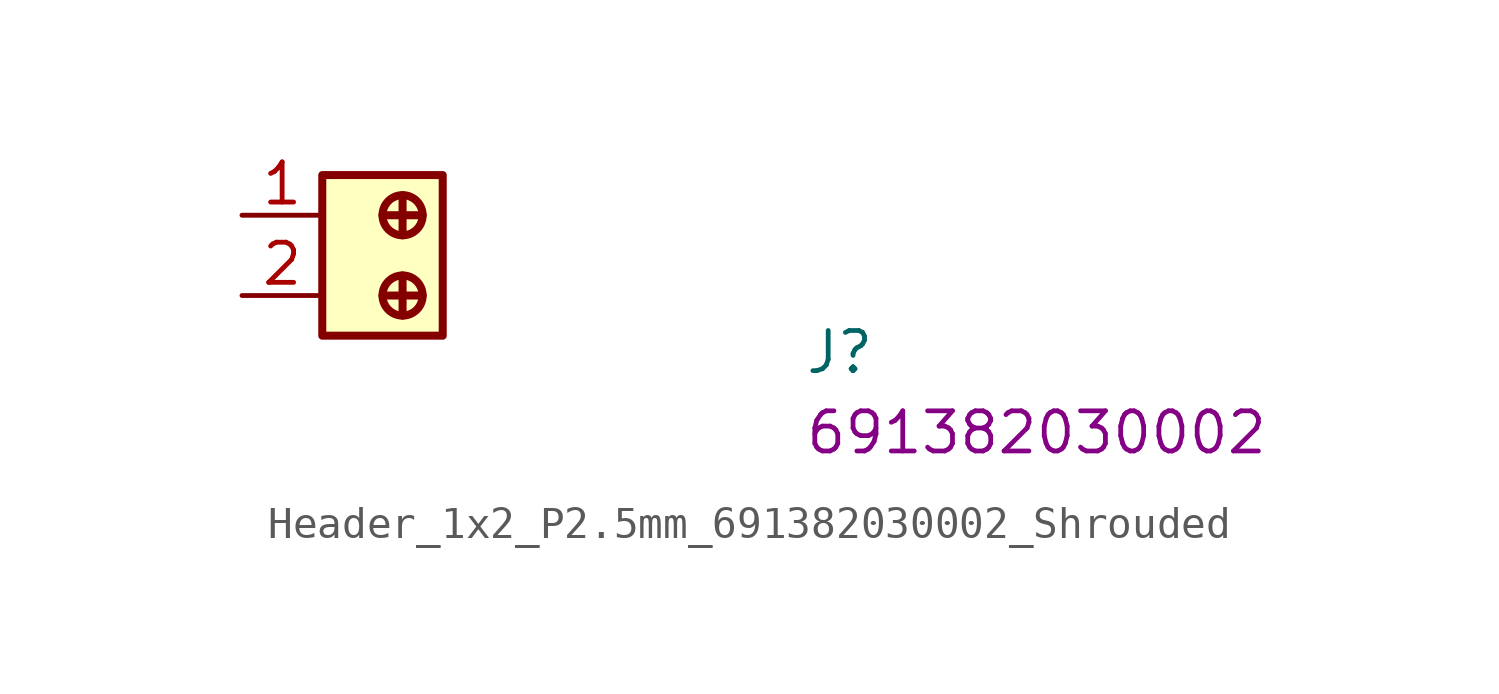
<source format=kicad_sym>
(kicad_symbol_lib
  (version 20220914)
  (generator kicad_symbol_editor)
  (symbol "Header_1x2_P2.5mm_691382030002_Shrouded"
    (property "Reference" "J"
      (at 17.78 -5.08 0)
      (effects (font (size 1.27 1.27) (thickness 0.15)) (justify left bottom)))
    (property "MPN" "691382030002"
      (at 17.78 -7.62 0)
      (effects (font (size 1.27 1.27) (thickness 0.15)) (justify left bottom)))
    (symbol "Header_1x2_P2.5mm_691382030002_Shrouded_1_1"
      (polyline (pts (xy 4.445 -2.54) (xy 5.715 -2.54)) (stroke (width 0.254) (type default)) (fill (type background)))
      (polyline (pts (xy 4.445 0) (xy 5.715 0)) (stroke (width 0.254) (type default)) (fill (type background)))
      (polyline (pts (xy 5.08 -1.905) (xy 5.08 -3.175)) (stroke (width 0.254) (type default)) (fill (type background)))
      (polyline (pts (xy 5.08 -0.635) (xy 5.08 0.635)) (stroke (width 0.254) (type default)) (fill (type background)))
      (circle (center 5.08 -2.54) (radius 0.635) (stroke (width 0.254) (type default)) (fill (type background)))
      (circle (center 5.08 0) (radius 0.635) (stroke (width 0.254) (type default)) (fill (type background)))
      (rectangle (start 6.35 -3.81) (end 2.54 1.27) (stroke (width 0.254) (type default)) (fill (type background)))
      (pin passive line (at 0 0 0) (length 2.54) (name "~" (effects (font (size 1.27 1.27)))) (number "1" (effects (font (size 1.27 1.27)))))
      (pin passive line (at 0 -2.54 0) (length 2.54) (name "~" (effects (font (size 1.27 1.27)))) (number "2" (effects (font (size 1.27 1.27))))))))
</source>
